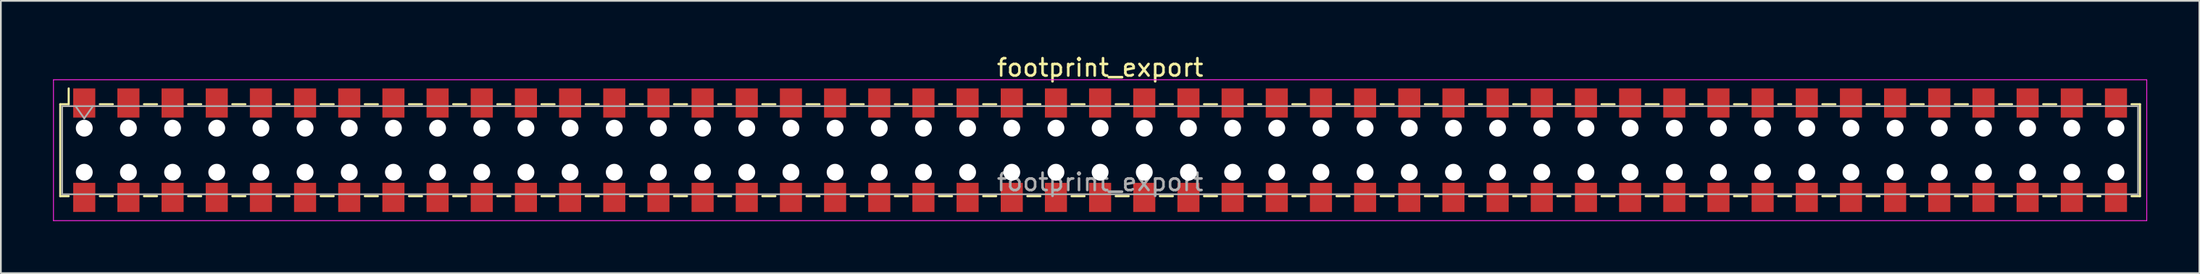
<source format=kicad_pcb>
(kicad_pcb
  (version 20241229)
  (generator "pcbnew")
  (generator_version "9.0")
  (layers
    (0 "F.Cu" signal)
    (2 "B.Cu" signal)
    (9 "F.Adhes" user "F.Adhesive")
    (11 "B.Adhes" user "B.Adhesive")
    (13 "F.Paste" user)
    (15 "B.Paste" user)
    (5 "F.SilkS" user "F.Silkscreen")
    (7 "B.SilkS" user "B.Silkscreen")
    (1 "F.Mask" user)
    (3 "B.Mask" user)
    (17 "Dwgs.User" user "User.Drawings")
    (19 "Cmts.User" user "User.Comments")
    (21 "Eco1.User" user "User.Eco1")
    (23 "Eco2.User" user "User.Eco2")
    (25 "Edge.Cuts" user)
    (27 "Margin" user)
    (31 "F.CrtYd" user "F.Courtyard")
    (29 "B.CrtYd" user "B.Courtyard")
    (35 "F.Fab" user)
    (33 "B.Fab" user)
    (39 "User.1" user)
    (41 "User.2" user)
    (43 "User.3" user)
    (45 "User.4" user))
  (footprint "footprint_export"
    (layer "F.Cu")
    (at 60.215 5.608)
    (property "Reference" "footprint_export" (at 0 -4.76 0) (layer "F.SilkS") (effects (font (size 1 1) (thickness 0.15))))
    (attr smd)
    (fp_line (start -59.8 -2.65) (end -59.8 2.65) (stroke (width 0.12) (type solid)) (layer "F.SilkS"))
    (fp_line (start -59.8 2.65) (end -59.315 2.65) (stroke (width 0.12) (type solid)) (layer "F.SilkS"))
    (fp_line (start -59.315 -3.56) (end -59.315 -2.65) (stroke (width 0.12) (type solid)) (layer "F.SilkS"))
    (fp_line (start -59.315 -2.65) (end -59.8 -2.65) (stroke (width 0.12) (type solid)) (layer "F.SilkS"))
    (fp_line (start -57.525 -2.65) (end -56.775 -2.65) (stroke (width 0.12) (type solid)) (layer "F.SilkS"))
    (fp_line (start -57.525 2.65) (end -56.775 2.65) (stroke (width 0.12) (type solid)) (layer "F.SilkS"))
    (fp_line (start -54.985 -2.65) (end -54.235 -2.65) (stroke (width 0.12) (type solid)) (layer "F.SilkS"))
    (fp_line (start -54.985 2.65) (end -54.235 2.65) (stroke (width 0.12) (type solid)) (layer "F.SilkS"))
    (fp_line (start -52.445 -2.65) (end -51.695 -2.65) (stroke (width 0.12) (type solid)) (layer "F.SilkS"))
    (fp_line (start -52.445 2.65) (end -51.695 2.65) (stroke (width 0.12) (type solid)) (layer "F.SilkS"))
    (fp_line (start -49.905 -2.65) (end -49.155 -2.65) (stroke (width 0.12) (type solid)) (layer "F.SilkS"))
    (fp_line (start -49.905 2.65) (end -49.155 2.65) (stroke (width 0.12) (type solid)) (layer "F.SilkS"))
    (fp_line (start -47.365 -2.65) (end -46.615 -2.65) (stroke (width 0.12) (type solid)) (layer "F.SilkS"))
    (fp_line (start -47.365 2.65) (end -46.615 2.65) (stroke (width 0.12) (type solid)) (layer "F.SilkS"))
    (fp_line (start -44.825 -2.65) (end -44.075 -2.65) (stroke (width 0.12) (type solid)) (layer "F.SilkS"))
    (fp_line (start -44.825 2.65) (end -44.075 2.65) (stroke (width 0.12) (type solid)) (layer "F.SilkS"))
    (fp_line (start -42.285 -2.65) (end -41.535 -2.65) (stroke (width 0.12) (type solid)) (layer "F.SilkS"))
    (fp_line (start -42.285 2.65) (end -41.535 2.65) (stroke (width 0.12) (type solid)) (layer "F.SilkS"))
    (fp_line (start -39.745 -2.65) (end -38.995 -2.65) (stroke (width 0.12) (type solid)) (layer "F.SilkS"))
    (fp_line (start -39.745 2.65) (end -38.995 2.65) (stroke (width 0.12) (type solid)) (layer "F.SilkS"))
    (fp_line (start -37.205 -2.65) (end -36.455 -2.65) (stroke (width 0.12) (type solid)) (layer "F.SilkS"))
    (fp_line (start -37.205 2.65) (end -36.455 2.65) (stroke (width 0.12) (type solid)) (layer "F.SilkS"))
    (fp_line (start -34.665 -2.65) (end -33.915 -2.65) (stroke (width 0.12) (type solid)) (layer "F.SilkS"))
    (fp_line (start -34.665 2.65) (end -33.915 2.65) (stroke (width 0.12) (type solid)) (layer "F.SilkS"))
    (fp_line (start -32.125 -2.65) (end -31.375 -2.65) (stroke (width 0.12) (type solid)) (layer "F.SilkS"))
    (fp_line (start -32.125 2.65) (end -31.375 2.65) (stroke (width 0.12) (type solid)) (layer "F.SilkS"))
    (fp_line (start -29.585 -2.65) (end -28.835 -2.65) (stroke (width 0.12) (type solid)) (layer "F.SilkS"))
    (fp_line (start -29.585 2.65) (end -28.835 2.65) (stroke (width 0.12) (type solid)) (layer "F.SilkS"))
    (fp_line (start -27.045 -2.65) (end -26.295 -2.65) (stroke (width 0.12) (type solid)) (layer "F.SilkS"))
    (fp_line (start -27.045 2.65) (end -26.295 2.65) (stroke (width 0.12) (type solid)) (layer "F.SilkS"))
    (fp_line (start -24.505 -2.65) (end -23.755 -2.65) (stroke (width 0.12) (type solid)) (layer "F.SilkS"))
    (fp_line (start -24.505 2.65) (end -23.755 2.65) (stroke (width 0.12) (type solid)) (layer "F.SilkS"))
    (fp_line (start -21.965 -2.65) (end -21.215 -2.65) (stroke (width 0.12) (type solid)) (layer "F.SilkS"))
    (fp_line (start -21.965 2.65) (end -21.215 2.65) (stroke (width 0.12) (type solid)) (layer "F.SilkS"))
    (fp_line (start -19.425 -2.65) (end -18.675 -2.65) (stroke (width 0.12) (type solid)) (layer "F.SilkS"))
    (fp_line (start -19.425 2.65) (end -18.675 2.65) (stroke (width 0.12) (type solid)) (layer "F.SilkS"))
    (fp_line (start -16.885 -2.65) (end -16.135 -2.65) (stroke (width 0.12) (type solid)) (layer "F.SilkS"))
    (fp_line (start -16.885 2.65) (end -16.135 2.65) (stroke (width 0.12) (type solid)) (layer "F.SilkS"))
    (fp_line (start -14.345 -2.65) (end -13.595 -2.65) (stroke (width 0.12) (type solid)) (layer "F.SilkS"))
    (fp_line (start -14.345 2.65) (end -13.595 2.65) (stroke (width 0.12) (type solid)) (layer "F.SilkS"))
    (fp_line (start -11.805 -2.65) (end -11.055 -2.65) (stroke (width 0.12) (type solid)) (layer "F.SilkS"))
    (fp_line (start -11.805 2.65) (end -11.055 2.65) (stroke (width 0.12) (type solid)) (layer "F.SilkS"))
    (fp_line (start -9.265 -2.65) (end -8.515 -2.65) (stroke (width 0.12) (type solid)) (layer "F.SilkS"))
    (fp_line (start -9.265 2.65) (end -8.515 2.65) (stroke (width 0.12) (type solid)) (layer "F.SilkS"))
    (fp_line (start -6.725 -2.65) (end -5.975 -2.65) (stroke (width 0.12) (type solid)) (layer "F.SilkS"))
    (fp_line (start -6.725 2.65) (end -5.975 2.65) (stroke (width 0.12) (type solid)) (layer "F.SilkS"))
    (fp_line (start -4.185 -2.65) (end -3.435 -2.65) (stroke (width 0.12) (type solid)) (layer "F.SilkS"))
    (fp_line (start -4.185 2.65) (end -3.435 2.65) (stroke (width 0.12) (type solid)) (layer "F.SilkS"))
    (fp_line (start -1.645 -2.65) (end -0.895 -2.65) (stroke (width 0.12) (type solid)) (layer "F.SilkS"))
    (fp_line (start -1.645 2.65) (end -0.895 2.65) (stroke (width 0.12) (type solid)) (layer "F.SilkS"))
    (fp_line (start 0.895 -2.65) (end 1.645 -2.65) (stroke (width 0.12) (type solid)) (layer "F.SilkS"))
    (fp_line (start 0.895 2.65) (end 1.645 2.65) (stroke (width 0.12) (type solid)) (layer "F.SilkS"))
    (fp_line (start 3.435 -2.65) (end 4.185 -2.65) (stroke (width 0.12) (type solid)) (layer "F.SilkS"))
    (fp_line (start 3.435 2.65) (end 4.185 2.65) (stroke (width 0.12) (type solid)) (layer "F.SilkS"))
    (fp_line (start 5.975 -2.65) (end 6.725 -2.65) (stroke (width 0.12) (type solid)) (layer "F.SilkS"))
    (fp_line (start 5.975 2.65) (end 6.725 2.65) (stroke (width 0.12) (type solid)) (layer "F.SilkS"))
    (fp_line (start 8.515 -2.65) (end 9.265 -2.65) (stroke (width 0.12) (type solid)) (layer "F.SilkS"))
    (fp_line (start 8.515 2.65) (end 9.265 2.65) (stroke (width 0.12) (type solid)) (layer "F.SilkS"))
    (fp_line (start 11.055 -2.65) (end 11.805 -2.65) (stroke (width 0.12) (type solid)) (layer "F.SilkS"))
    (fp_line (start 11.055 2.65) (end 11.805 2.65) (stroke (width 0.12) (type solid)) (layer "F.SilkS"))
    (fp_line (start 13.595 -2.65) (end 14.345 -2.65) (stroke (width 0.12) (type solid)) (layer "F.SilkS"))
    (fp_line (start 13.595 2.65) (end 14.345 2.65) (stroke (width 0.12) (type solid)) (layer "F.SilkS"))
    (fp_line (start 16.135 -2.65) (end 16.885 -2.65) (stroke (width 0.12) (type solid)) (layer "F.SilkS"))
    (fp_line (start 16.135 2.65) (end 16.885 2.65) (stroke (width 0.12) (type solid)) (layer "F.SilkS"))
    (fp_line (start 18.675 -2.65) (end 19.425 -2.65) (stroke (width 0.12) (type solid)) (layer "F.SilkS"))
    (fp_line (start 18.675 2.65) (end 19.425 2.65) (stroke (width 0.12) (type solid)) (layer "F.SilkS"))
    (fp_line (start 21.215 -2.65) (end 21.965 -2.65) (stroke (width 0.12) (type solid)) (layer "F.SilkS"))
    (fp_line (start 21.215 2.65) (end 21.965 2.65) (stroke (width 0.12) (type solid)) (layer "F.SilkS"))
    (fp_line (start 23.755 -2.65) (end 24.505 -2.65) (stroke (width 0.12) (type solid)) (layer "F.SilkS"))
    (fp_line (start 23.755 2.65) (end 24.505 2.65) (stroke (width 0.12) (type solid)) (layer "F.SilkS"))
    (fp_line (start 26.295 -2.65) (end 27.045 -2.65) (stroke (width 0.12) (type solid)) (layer "F.SilkS"))
    (fp_line (start 26.295 2.65) (end 27.045 2.65) (stroke (width 0.12) (type solid)) (layer "F.SilkS"))
    (fp_line (start 28.835 -2.65) (end 29.585 -2.65) (stroke (width 0.12) (type solid)) (layer "F.SilkS"))
    (fp_line (start 28.835 2.65) (end 29.585 2.65) (stroke (width 0.12) (type solid)) (layer "F.SilkS"))
    (fp_line (start 31.375 -2.65) (end 32.125 -2.65) (stroke (width 0.12) (type solid)) (layer "F.SilkS"))
    (fp_line (start 31.375 2.65) (end 32.125 2.65) (stroke (width 0.12) (type solid)) (layer "F.SilkS"))
    (fp_line (start 33.915 -2.65) (end 34.665 -2.65) (stroke (width 0.12) (type solid)) (layer "F.SilkS"))
    (fp_line (start 33.915 2.65) (end 34.665 2.65) (stroke (width 0.12) (type solid)) (layer "F.SilkS"))
    (fp_line (start 36.455 -2.65) (end 37.205 -2.65) (stroke (width 0.12) (type solid)) (layer "F.SilkS"))
    (fp_line (start 36.455 2.65) (end 37.205 2.65) (stroke (width 0.12) (type solid)) (layer "F.SilkS"))
    (fp_line (start 38.995 -2.65) (end 39.745 -2.65) (stroke (width 0.12) (type solid)) (layer "F.SilkS"))
    (fp_line (start 38.995 2.65) (end 39.745 2.65) (stroke (width 0.12) (type solid)) (layer "F.SilkS"))
    (fp_line (start 41.535 -2.65) (end 42.285 -2.65) (stroke (width 0.12) (type solid)) (layer "F.SilkS"))
    (fp_line (start 41.535 2.65) (end 42.285 2.65) (stroke (width 0.12) (type solid)) (layer "F.SilkS"))
    (fp_line (start 44.075 -2.65) (end 44.825 -2.65) (stroke (width 0.12) (type solid)) (layer "F.SilkS"))
    (fp_line (start 44.075 2.65) (end 44.825 2.65) (stroke (width 0.12) (type solid)) (layer "F.SilkS"))
    (fp_line (start 46.615 -2.65) (end 47.365 -2.65) (stroke (width 0.12) (type solid)) (layer "F.SilkS"))
    (fp_line (start 46.615 2.65) (end 47.365 2.65) (stroke (width 0.12) (type solid)) (layer "F.SilkS"))
    (fp_line (start 49.155 -2.65) (end 49.905 -2.65) (stroke (width 0.12) (type solid)) (layer "F.SilkS"))
    (fp_line (start 49.155 2.65) (end 49.905 2.65) (stroke (width 0.12) (type solid)) (layer "F.SilkS"))
    (fp_line (start 51.695 -2.65) (end 52.445 -2.65) (stroke (width 0.12) (type solid)) (layer "F.SilkS"))
    (fp_line (start 51.695 2.65) (end 52.445 2.65) (stroke (width 0.12) (type solid)) (layer "F.SilkS"))
    (fp_line (start 54.235 -2.65) (end 54.985 -2.65) (stroke (width 0.12) (type solid)) (layer "F.SilkS"))
    (fp_line (start 54.235 2.65) (end 54.985 2.65) (stroke (width 0.12) (type solid)) (layer "F.SilkS"))
    (fp_line (start 56.775 -2.65) (end 57.525 -2.65) (stroke (width 0.12) (type solid)) (layer "F.SilkS"))
    (fp_line (start 56.775 2.65) (end 57.525 2.65) (stroke (width 0.12) (type solid)) (layer "F.SilkS"))
    (fp_line (start 59.315 -2.65) (end 59.8 -2.65) (stroke (width 0.12) (type solid)) (layer "F.SilkS"))
    (fp_line (start 59.8 -2.65) (end 59.8 2.65) (stroke (width 0.12) (type solid)) (layer "F.SilkS"))
    (fp_line (start 59.8 2.65) (end 59.315 2.65) (stroke (width 0.12) (type solid)) (layer "F.SilkS"))
    (fp_line (start -60.19 -4.06) (end 60.19 -4.06) (stroke (width 0.05) (type solid)) (layer "F.CrtYd"))
    (fp_line (start -60.19 4.06) (end -60.19 -4.06) (stroke (width 0.05) (type solid)) (layer "F.CrtYd"))
    (fp_line (start 60.19 -4.06) (end 60.19 4.06) (stroke (width 0.05) (type solid)) (layer "F.CrtYd"))
    (fp_line (start 60.19 4.06) (end -60.19 4.06) (stroke (width 0.05) (type solid)) (layer "F.CrtYd"))
    (fp_line (start -59.69 -2.54) (end 59.69 -2.54) (stroke (width 0.1) (type solid)) (layer "F.Fab"))
    (fp_line (start -59.69 2.54) (end -59.69 -2.54) (stroke (width 0.1) (type solid)) (layer "F.Fab"))
    (fp_line (start -58.92 -2.54) (end -58.42 -1.833) (stroke (width 0.1) (type solid)) (layer "F.Fab"))
    (fp_line (start -58.42 -1.833) (end -57.92 -2.54) (stroke (width 0.1) (type solid)) (layer "F.Fab"))
    (fp_line (start 59.69 -2.54) (end 59.69 2.54) (stroke (width 0.1) (type solid)) (layer "F.Fab"))
    (fp_line (start 59.69 2.54) (end -59.69 2.54) (stroke (width 0.1) (type solid)) (layer "F.Fab"))
    (fp_text user "${REFERENCE}" (at 0 1.84 0) (layer "F.Fab") (effects (font (size 1 1) (thickness 0.15))))
    (pad "" np_thru_hole circle (at -58.42 -1.27) (size 0.97 0.97) (drill 0.97) (layers "*.Cu" "*.Mask"))
    (pad "" np_thru_hole circle (at -58.42 1.27) (size 0.97 0.97) (drill 0.97) (layers "*.Cu" "*.Mask"))
    (pad "" np_thru_hole circle (at -55.88 -1.27) (size 0.97 0.97) (drill 0.97) (layers "*.Cu" "*.Mask"))
    (pad "" np_thru_hole circle (at -55.88 1.27) (size 0.97 0.97) (drill 0.97) (layers "*.Cu" "*.Mask"))
    (pad "" np_thru_hole circle (at -53.34 -1.27) (size 0.97 0.97) (drill 0.97) (layers "*.Cu" "*.Mask"))
    (pad "" np_thru_hole circle (at -53.34 1.27) (size 0.97 0.97) (drill 0.97) (layers "*.Cu" "*.Mask"))
    (pad "" np_thru_hole circle (at -50.8 -1.27) (size 0.97 0.97) (drill 0.97) (layers "*.Cu" "*.Mask"))
    (pad "" np_thru_hole circle (at -50.8 1.27) (size 0.97 0.97) (drill 0.97) (layers "*.Cu" "*.Mask"))
    (pad "" np_thru_hole circle (at -48.26 -1.27) (size 0.97 0.97) (drill 0.97) (layers "*.Cu" "*.Mask"))
    (pad "" np_thru_hole circle (at -48.26 1.27) (size 0.97 0.97) (drill 0.97) (layers "*.Cu" "*.Mask"))
    (pad "" np_thru_hole circle (at -45.72 -1.27) (size 0.97 0.97) (drill 0.97) (layers "*.Cu" "*.Mask"))
    (pad "" np_thru_hole circle (at -45.72 1.27) (size 0.97 0.97) (drill 0.97) (layers "*.Cu" "*.Mask"))
    (pad "" np_thru_hole circle (at -43.18 -1.27) (size 0.97 0.97) (drill 0.97) (layers "*.Cu" "*.Mask"))
    (pad "" np_thru_hole circle (at -43.18 1.27) (size 0.97 0.97) (drill 0.97) (layers "*.Cu" "*.Mask"))
    (pad "" np_thru_hole circle (at -40.64 -1.27) (size 0.97 0.97) (drill 0.97) (layers "*.Cu" "*.Mask"))
    (pad "" np_thru_hole circle (at -40.64 1.27) (size 0.97 0.97) (drill 0.97) (layers "*.Cu" "*.Mask"))
    (pad "" np_thru_hole circle (at -38.1 -1.27) (size 0.97 0.97) (drill 0.97) (layers "*.Cu" "*.Mask"))
    (pad "" np_thru_hole circle (at -38.1 1.27) (size 0.97 0.97) (drill 0.97) (layers "*.Cu" "*.Mask"))
    (pad "" np_thru_hole circle (at -35.56 -1.27) (size 0.97 0.97) (drill 0.97) (layers "*.Cu" "*.Mask"))
    (pad "" np_thru_hole circle (at -35.56 1.27) (size 0.97 0.97) (drill 0.97) (layers "*.Cu" "*.Mask"))
    (pad "" np_thru_hole circle (at -33.02 -1.27) (size 0.97 0.97) (drill 0.97) (layers "*.Cu" "*.Mask"))
    (pad "" np_thru_hole circle (at -33.02 1.27) (size 0.97 0.97) (drill 0.97) (layers "*.Cu" "*.Mask"))
    (pad "" np_thru_hole circle (at -30.48 -1.27) (size 0.97 0.97) (drill 0.97) (layers "*.Cu" "*.Mask"))
    (pad "" np_thru_hole circle (at -30.48 1.27) (size 0.97 0.97) (drill 0.97) (layers "*.Cu" "*.Mask"))
    (pad "" np_thru_hole circle (at -27.94 -1.27) (size 0.97 0.97) (drill 0.97) (layers "*.Cu" "*.Mask"))
    (pad "" np_thru_hole circle (at -27.94 1.27) (size 0.97 0.97) (drill 0.97) (layers "*.Cu" "*.Mask"))
    (pad "" np_thru_hole circle (at -25.4 -1.27) (size 0.97 0.97) (drill 0.97) (layers "*.Cu" "*.Mask"))
    (pad "" np_thru_hole circle (at -25.4 1.27) (size 0.97 0.97) (drill 0.97) (layers "*.Cu" "*.Mask"))
    (pad "" np_thru_hole circle (at -22.86 -1.27) (size 0.97 0.97) (drill 0.97) (layers "*.Cu" "*.Mask"))
    (pad "" np_thru_hole circle (at -22.86 1.27) (size 0.97 0.97) (drill 0.97) (layers "*.Cu" "*.Mask"))
    (pad "" np_thru_hole circle (at -20.32 -1.27) (size 0.97 0.97) (drill 0.97) (layers "*.Cu" "*.Mask"))
    (pad "" np_thru_hole circle (at -20.32 1.27) (size 0.97 0.97) (drill 0.97) (layers "*.Cu" "*.Mask"))
    (pad "" np_thru_hole circle (at -17.78 -1.27) (size 0.97 0.97) (drill 0.97) (layers "*.Cu" "*.Mask"))
    (pad "" np_thru_hole circle (at -17.78 1.27) (size 0.97 0.97) (drill 0.97) (layers "*.Cu" "*.Mask"))
    (pad "" np_thru_hole circle (at -15.24 -1.27) (size 0.97 0.97) (drill 0.97) (layers "*.Cu" "*.Mask"))
    (pad "" np_thru_hole circle (at -15.24 1.27) (size 0.97 0.97) (drill 0.97) (layers "*.Cu" "*.Mask"))
    (pad "" np_thru_hole circle (at -12.7 -1.27) (size 0.97 0.97) (drill 0.97) (layers "*.Cu" "*.Mask"))
    (pad "" np_thru_hole circle (at -12.7 1.27) (size 0.97 0.97) (drill 0.97) (layers "*.Cu" "*.Mask"))
    (pad "" np_thru_hole circle (at -10.16 -1.27) (size 0.97 0.97) (drill 0.97) (layers "*.Cu" "*.Mask"))
    (pad "" np_thru_hole circle (at -10.16 1.27) (size 0.97 0.97) (drill 0.97) (layers "*.Cu" "*.Mask"))
    (pad "" np_thru_hole circle (at -7.62 -1.27) (size 0.97 0.97) (drill 0.97) (layers "*.Cu" "*.Mask"))
    (pad "" np_thru_hole circle (at -7.62 1.27) (size 0.97 0.97) (drill 0.97) (layers "*.Cu" "*.Mask"))
    (pad "" np_thru_hole circle (at -5.08 -1.27) (size 0.97 0.97) (drill 0.97) (layers "*.Cu" "*.Mask"))
    (pad "" np_thru_hole circle (at -5.08 1.27) (size 0.97 0.97) (drill 0.97) (layers "*.Cu" "*.Mask"))
    (pad "" np_thru_hole circle (at -2.54 -1.27) (size 0.97 0.97) (drill 0.97) (layers "*.Cu" "*.Mask"))
    (pad "" np_thru_hole circle (at -2.54 1.27) (size 0.97 0.97) (drill 0.97) (layers "*.Cu" "*.Mask"))
    (pad "" np_thru_hole circle (at 0 -1.27) (size 0.97 0.97) (drill 0.97) (layers "*.Cu" "*.Mask"))
    (pad "" np_thru_hole circle (at 0 1.27) (size 0.97 0.97) (drill 0.97) (layers "*.Cu" "*.Mask"))
    (pad "" np_thru_hole circle (at 2.54 -1.27) (size 0.97 0.97) (drill 0.97) (layers "*.Cu" "*.Mask"))
    (pad "" np_thru_hole circle (at 2.54 1.27) (size 0.97 0.97) (drill 0.97) (layers "*.Cu" "*.Mask"))
    (pad "" np_thru_hole circle (at 5.08 -1.27) (size 0.97 0.97) (drill 0.97) (layers "*.Cu" "*.Mask"))
    (pad "" np_thru_hole circle (at 5.08 1.27) (size 0.97 0.97) (drill 0.97) (layers "*.Cu" "*.Mask"))
    (pad "" np_thru_hole circle (at 7.62 -1.27) (size 0.97 0.97) (drill 0.97) (layers "*.Cu" "*.Mask"))
    (pad "" np_thru_hole circle (at 7.62 1.27) (size 0.97 0.97) (drill 0.97) (layers "*.Cu" "*.Mask"))
    (pad "" np_thru_hole circle (at 10.16 -1.27) (size 0.97 0.97) (drill 0.97) (layers "*.Cu" "*.Mask"))
    (pad "" np_thru_hole circle (at 10.16 1.27) (size 0.97 0.97) (drill 0.97) (layers "*.Cu" "*.Mask"))
    (pad "" np_thru_hole circle (at 12.7 -1.27) (size 0.97 0.97) (drill 0.97) (layers "*.Cu" "*.Mask"))
    (pad "" np_thru_hole circle (at 12.7 1.27) (size 0.97 0.97) (drill 0.97) (layers "*.Cu" "*.Mask"))
    (pad "" np_thru_hole circle (at 15.24 -1.27) (size 0.97 0.97) (drill 0.97) (layers "*.Cu" "*.Mask"))
    (pad "" np_thru_hole circle (at 15.24 1.27) (size 0.97 0.97) (drill 0.97) (layers "*.Cu" "*.Mask"))
    (pad "" np_thru_hole circle (at 17.78 -1.27) (size 0.97 0.97) (drill 0.97) (layers "*.Cu" "*.Mask"))
    (pad "" np_thru_hole circle (at 17.78 1.27) (size 0.97 0.97) (drill 0.97) (layers "*.Cu" "*.Mask"))
    (pad "" np_thru_hole circle (at 20.32 -1.27) (size 0.97 0.97) (drill 0.97) (layers "*.Cu" "*.Mask"))
    (pad "" np_thru_hole circle (at 20.32 1.27) (size 0.97 0.97) (drill 0.97) (layers "*.Cu" "*.Mask"))
    (pad "" np_thru_hole circle (at 22.86 -1.27) (size 0.97 0.97) (drill 0.97) (layers "*.Cu" "*.Mask"))
    (pad "" np_thru_hole circle (at 22.86 1.27) (size 0.97 0.97) (drill 0.97) (layers "*.Cu" "*.Mask"))
    (pad "" np_thru_hole circle (at 25.4 -1.27) (size 0.97 0.97) (drill 0.97) (layers "*.Cu" "*.Mask"))
    (pad "" np_thru_hole circle (at 25.4 1.27) (size 0.97 0.97) (drill 0.97) (layers "*.Cu" "*.Mask"))
    (pad "" np_thru_hole circle (at 27.94 -1.27) (size 0.97 0.97) (drill 0.97) (layers "*.Cu" "*.Mask"))
    (pad "" np_thru_hole circle (at 27.94 1.27) (size 0.97 0.97) (drill 0.97) (layers "*.Cu" "*.Mask"))
    (pad "" np_thru_hole circle (at 30.48 -1.27) (size 0.97 0.97) (drill 0.97) (layers "*.Cu" "*.Mask"))
    (pad "" np_thru_hole circle (at 30.48 1.27) (size 0.97 0.97) (drill 0.97) (layers "*.Cu" "*.Mask"))
    (pad "" np_thru_hole circle (at 33.02 -1.27) (size 0.97 0.97) (drill 0.97) (layers "*.Cu" "*.Mask"))
    (pad "" np_thru_hole circle (at 33.02 1.27) (size 0.97 0.97) (drill 0.97) (layers "*.Cu" "*.Mask"))
    (pad "" np_thru_hole circle (at 35.56 -1.27) (size 0.97 0.97) (drill 0.97) (layers "*.Cu" "*.Mask"))
    (pad "" np_thru_hole circle (at 35.56 1.27) (size 0.97 0.97) (drill 0.97) (layers "*.Cu" "*.Mask"))
    (pad "" np_thru_hole circle (at 38.1 -1.27) (size 0.97 0.97) (drill 0.97) (layers "*.Cu" "*.Mask"))
    (pad "" np_thru_hole circle (at 38.1 1.27) (size 0.97 0.97) (drill 0.97) (layers "*.Cu" "*.Mask"))
    (pad "" np_thru_hole circle (at 40.64 -1.27) (size 0.97 0.97) (drill 0.97) (layers "*.Cu" "*.Mask"))
    (pad "" np_thru_hole circle (at 40.64 1.27) (size 0.97 0.97) (drill 0.97) (layers "*.Cu" "*.Mask"))
    (pad "" np_thru_hole circle (at 43.18 -1.27) (size 0.97 0.97) (drill 0.97) (layers "*.Cu" "*.Mask"))
    (pad "" np_thru_hole circle (at 43.18 1.27) (size 0.97 0.97) (drill 0.97) (layers "*.Cu" "*.Mask"))
    (pad "" np_thru_hole circle (at 45.72 -1.27) (size 0.97 0.97) (drill 0.97) (layers "*.Cu" "*.Mask"))
    (pad "" np_thru_hole circle (at 45.72 1.27) (size 0.97 0.97) (drill 0.97) (layers "*.Cu" "*.Mask"))
    (pad "" np_thru_hole circle (at 48.26 -1.27) (size 0.97 0.97) (drill 0.97) (layers "*.Cu" "*.Mask"))
    (pad "" np_thru_hole circle (at 48.26 1.27) (size 0.97 0.97) (drill 0.97) (layers "*.Cu" "*.Mask"))
    (pad "" np_thru_hole circle (at 50.8 -1.27) (size 0.97 0.97) (drill 0.97) (layers "*.Cu" "*.Mask"))
    (pad "" np_thru_hole circle (at 50.8 1.27) (size 0.97 0.97) (drill 0.97) (layers "*.Cu" "*.Mask"))
    (pad "" np_thru_hole circle (at 53.34 -1.27) (size 0.97 0.97) (drill 0.97) (layers "*.Cu" "*.Mask"))
    (pad "" np_thru_hole circle (at 53.34 1.27) (size 0.97 0.97) (drill 0.97) (layers "*.Cu" "*.Mask"))
    (pad "" np_thru_hole circle (at 55.88 -1.27) (size 0.97 0.97) (drill 0.97) (layers "*.Cu" "*.Mask"))
    (pad "" np_thru_hole circle (at 55.88 1.27) (size 0.97 0.97) (drill 0.97) (layers "*.Cu" "*.Mask"))
    (pad "" np_thru_hole circle (at 58.42 -1.27) (size 0.97 0.97) (drill 0.97) (layers "*.Cu" "*.Mask"))
    (pad "" np_thru_hole circle (at 58.42 1.27) (size 0.97 0.97) (drill 0.97) (layers "*.Cu" "*.Mask"))
    (pad "1" smd rect (at -58.42 -2.72) (size 1.27 1.68) (layers "F.Cu" "F.Mask" "F.Paste"))
    (pad "2" smd rect (at -58.42 2.72) (size 1.27 1.68) (layers "F.Cu" "F.Mask" "F.Paste"))
    (pad "3" smd rect (at -55.88 -2.72) (size 1.27 1.68) (layers "F.Cu" "F.Mask" "F.Paste"))
    (pad "4" smd rect (at -55.88 2.72) (size 1.27 1.68) (layers "F.Cu" "F.Mask" "F.Paste"))
    (pad "5" smd rect (at -53.34 -2.72) (size 1.27 1.68) (layers "F.Cu" "F.Mask" "F.Paste"))
    (pad "6" smd rect (at -53.34 2.72) (size 1.27 1.68) (layers "F.Cu" "F.Mask" "F.Paste"))
    (pad "7" smd rect (at -50.8 -2.72) (size 1.27 1.68) (layers "F.Cu" "F.Mask" "F.Paste"))
    (pad "8" smd rect (at -50.8 2.72) (size 1.27 1.68) (layers "F.Cu" "F.Mask" "F.Paste"))
    (pad "9" smd rect (at -48.26 -2.72) (size 1.27 1.68) (layers "F.Cu" "F.Mask" "F.Paste"))
    (pad "10" smd rect (at -48.26 2.72) (size 1.27 1.68) (layers "F.Cu" "F.Mask" "F.Paste"))
    (pad "11" smd rect (at -45.72 -2.72) (size 1.27 1.68) (layers "F.Cu" "F.Mask" "F.Paste"))
    (pad "12" smd rect (at -45.72 2.72) (size 1.27 1.68) (layers "F.Cu" "F.Mask" "F.Paste"))
    (pad "13" smd rect (at -43.18 -2.72) (size 1.27 1.68) (layers "F.Cu" "F.Mask" "F.Paste"))
    (pad "14" smd rect (at -43.18 2.72) (size 1.27 1.68) (layers "F.Cu" "F.Mask" "F.Paste"))
    (pad "15" smd rect (at -40.64 -2.72) (size 1.27 1.68) (layers "F.Cu" "F.Mask" "F.Paste"))
    (pad "16" smd rect (at -40.64 2.72) (size 1.27 1.68) (layers "F.Cu" "F.Mask" "F.Paste"))
    (pad "17" smd rect (at -38.1 -2.72) (size 1.27 1.68) (layers "F.Cu" "F.Mask" "F.Paste"))
    (pad "18" smd rect (at -38.1 2.72) (size 1.27 1.68) (layers "F.Cu" "F.Mask" "F.Paste"))
    (pad "19" smd rect (at -35.56 -2.72) (size 1.27 1.68) (layers "F.Cu" "F.Mask" "F.Paste"))
    (pad "20" smd rect (at -35.56 2.72) (size 1.27 1.68) (layers "F.Cu" "F.Mask" "F.Paste"))
    (pad "21" smd rect (at -33.02 -2.72) (size 1.27 1.68) (layers "F.Cu" "F.Mask" "F.Paste"))
    (pad "22" smd rect (at -33.02 2.72) (size 1.27 1.68) (layers "F.Cu" "F.Mask" "F.Paste"))
    (pad "23" smd rect (at -30.48 -2.72) (size 1.27 1.68) (layers "F.Cu" "F.Mask" "F.Paste"))
    (pad "24" smd rect (at -30.48 2.72) (size 1.27 1.68) (layers "F.Cu" "F.Mask" "F.Paste"))
    (pad "25" smd rect (at -27.94 -2.72) (size 1.27 1.68) (layers "F.Cu" "F.Mask" "F.Paste"))
    (pad "26" smd rect (at -27.94 2.72) (size 1.27 1.68) (layers "F.Cu" "F.Mask" "F.Paste"))
    (pad "27" smd rect (at -25.4 -2.72) (size 1.27 1.68) (layers "F.Cu" "F.Mask" "F.Paste"))
    (pad "28" smd rect (at -25.4 2.72) (size 1.27 1.68) (layers "F.Cu" "F.Mask" "F.Paste"))
    (pad "29" smd rect (at -22.86 -2.72) (size 1.27 1.68) (layers "F.Cu" "F.Mask" "F.Paste"))
    (pad "30" smd rect (at -22.86 2.72) (size 1.27 1.68) (layers "F.Cu" "F.Mask" "F.Paste"))
    (pad "31" smd rect (at -20.32 -2.72) (size 1.27 1.68) (layers "F.Cu" "F.Mask" "F.Paste"))
    (pad "32" smd rect (at -20.32 2.72) (size 1.27 1.68) (layers "F.Cu" "F.Mask" "F.Paste"))
    (pad "33" smd rect (at -17.78 -2.72) (size 1.27 1.68) (layers "F.Cu" "F.Mask" "F.Paste"))
    (pad "34" smd rect (at -17.78 2.72) (size 1.27 1.68) (layers "F.Cu" "F.Mask" "F.Paste"))
    (pad "35" smd rect (at -15.24 -2.72) (size 1.27 1.68) (layers "F.Cu" "F.Mask" "F.Paste"))
    (pad "36" smd rect (at -15.24 2.72) (size 1.27 1.68) (layers "F.Cu" "F.Mask" "F.Paste"))
    (pad "37" smd rect (at -12.7 -2.72) (size 1.27 1.68) (layers "F.Cu" "F.Mask" "F.Paste"))
    (pad "38" smd rect (at -12.7 2.72) (size 1.27 1.68) (layers "F.Cu" "F.Mask" "F.Paste"))
    (pad "39" smd rect (at -10.16 -2.72) (size 1.27 1.68) (layers "F.Cu" "F.Mask" "F.Paste"))
    (pad "40" smd rect (at -10.16 2.72) (size 1.27 1.68) (layers "F.Cu" "F.Mask" "F.Paste"))
    (pad "41" smd rect (at -7.62 -2.72) (size 1.27 1.68) (layers "F.Cu" "F.Mask" "F.Paste"))
    (pad "42" smd rect (at -7.62 2.72) (size 1.27 1.68) (layers "F.Cu" "F.Mask" "F.Paste"))
    (pad "43" smd rect (at -5.08 -2.72) (size 1.27 1.68) (layers "F.Cu" "F.Mask" "F.Paste"))
    (pad "44" smd rect (at -5.08 2.72) (size 1.27 1.68) (layers "F.Cu" "F.Mask" "F.Paste"))
    (pad "45" smd rect (at -2.54 -2.72) (size 1.27 1.68) (layers "F.Cu" "F.Mask" "F.Paste"))
    (pad "46" smd rect (at -2.54 2.72) (size 1.27 1.68) (layers "F.Cu" "F.Mask" "F.Paste"))
    (pad "47" smd rect (at 0 -2.72) (size 1.27 1.68) (layers "F.Cu" "F.Mask" "F.Paste"))
    (pad "48" smd rect (at 0 2.72) (size 1.27 1.68) (layers "F.Cu" "F.Mask" "F.Paste"))
    (pad "49" smd rect (at 2.54 -2.72) (size 1.27 1.68) (layers "F.Cu" "F.Mask" "F.Paste"))
    (pad "50" smd rect (at 2.54 2.72) (size 1.27 1.68) (layers "F.Cu" "F.Mask" "F.Paste"))
    (pad "51" smd rect (at 5.08 -2.72) (size 1.27 1.68) (layers "F.Cu" "F.Mask" "F.Paste"))
    (pad "52" smd rect (at 5.08 2.72) (size 1.27 1.68) (layers "F.Cu" "F.Mask" "F.Paste"))
    (pad "53" smd rect (at 7.62 -2.72) (size 1.27 1.68) (layers "F.Cu" "F.Mask" "F.Paste"))
    (pad "54" smd rect (at 7.62 2.72) (size 1.27 1.68) (layers "F.Cu" "F.Mask" "F.Paste"))
    (pad "55" smd rect (at 10.16 -2.72) (size 1.27 1.68) (layers "F.Cu" "F.Mask" "F.Paste"))
    (pad "56" smd rect (at 10.16 2.72) (size 1.27 1.68) (layers "F.Cu" "F.Mask" "F.Paste"))
    (pad "57" smd rect (at 12.7 -2.72) (size 1.27 1.68) (layers "F.Cu" "F.Mask" "F.Paste"))
    (pad "58" smd rect (at 12.7 2.72) (size 1.27 1.68) (layers "F.Cu" "F.Mask" "F.Paste"))
    (pad "59" smd rect (at 15.24 -2.72) (size 1.27 1.68) (layers "F.Cu" "F.Mask" "F.Paste"))
    (pad "60" smd rect (at 15.24 2.72) (size 1.27 1.68) (layers "F.Cu" "F.Mask" "F.Paste"))
    (pad "61" smd rect (at 17.78 -2.72) (size 1.27 1.68) (layers "F.Cu" "F.Mask" "F.Paste"))
    (pad "62" smd rect (at 17.78 2.72) (size 1.27 1.68) (layers "F.Cu" "F.Mask" "F.Paste"))
    (pad "63" smd rect (at 20.32 -2.72) (size 1.27 1.68) (layers "F.Cu" "F.Mask" "F.Paste"))
    (pad "64" smd rect (at 20.32 2.72) (size 1.27 1.68) (layers "F.Cu" "F.Mask" "F.Paste"))
    (pad "65" smd rect (at 22.86 -2.72) (size 1.27 1.68) (layers "F.Cu" "F.Mask" "F.Paste"))
    (pad "66" smd rect (at 22.86 2.72) (size 1.27 1.68) (layers "F.Cu" "F.Mask" "F.Paste"))
    (pad "67" smd rect (at 25.4 -2.72) (size 1.27 1.68) (layers "F.Cu" "F.Mask" "F.Paste"))
    (pad "68" smd rect (at 25.4 2.72) (size 1.27 1.68) (layers "F.Cu" "F.Mask" "F.Paste"))
    (pad "69" smd rect (at 27.94 -2.72) (size 1.27 1.68) (layers "F.Cu" "F.Mask" "F.Paste"))
    (pad "70" smd rect (at 27.94 2.72) (size 1.27 1.68) (layers "F.Cu" "F.Mask" "F.Paste"))
    (pad "71" smd rect (at 30.48 -2.72) (size 1.27 1.68) (layers "F.Cu" "F.Mask" "F.Paste"))
    (pad "72" smd rect (at 30.48 2.72) (size 1.27 1.68) (layers "F.Cu" "F.Mask" "F.Paste"))
    (pad "73" smd rect (at 33.02 -2.72) (size 1.27 1.68) (layers "F.Cu" "F.Mask" "F.Paste"))
    (pad "74" smd rect (at 33.02 2.72) (size 1.27 1.68) (layers "F.Cu" "F.Mask" "F.Paste"))
    (pad "75" smd rect (at 35.56 -2.72) (size 1.27 1.68) (layers "F.Cu" "F.Mask" "F.Paste"))
    (pad "76" smd rect (at 35.56 2.72) (size 1.27 1.68) (layers "F.Cu" "F.Mask" "F.Paste"))
    (pad "77" smd rect (at 38.1 -2.72) (size 1.27 1.68) (layers "F.Cu" "F.Mask" "F.Paste"))
    (pad "78" smd rect (at 38.1 2.72) (size 1.27 1.68) (layers "F.Cu" "F.Mask" "F.Paste"))
    (pad "79" smd rect (at 40.64 -2.72) (size 1.27 1.68) (layers "F.Cu" "F.Mask" "F.Paste"))
    (pad "80" smd rect (at 40.64 2.72) (size 1.27 1.68) (layers "F.Cu" "F.Mask" "F.Paste"))
    (pad "81" smd rect (at 43.18 -2.72) (size 1.27 1.68) (layers "F.Cu" "F.Mask" "F.Paste"))
    (pad "82" smd rect (at 43.18 2.72) (size 1.27 1.68) (layers "F.Cu" "F.Mask" "F.Paste"))
    (pad "83" smd rect (at 45.72 -2.72) (size 1.27 1.68) (layers "F.Cu" "F.Mask" "F.Paste"))
    (pad "84" smd rect (at 45.72 2.72) (size 1.27 1.68) (layers "F.Cu" "F.Mask" "F.Paste"))
    (pad "85" smd rect (at 48.26 -2.72) (size 1.27 1.68) (layers "F.Cu" "F.Mask" "F.Paste"))
    (pad "86" smd rect (at 48.26 2.72) (size 1.27 1.68) (layers "F.Cu" "F.Mask" "F.Paste"))
    (pad "87" smd rect (at 50.8 -2.72) (size 1.27 1.68) (layers "F.Cu" "F.Mask" "F.Paste"))
    (pad "88" smd rect (at 50.8 2.72) (size 1.27 1.68) (layers "F.Cu" "F.Mask" "F.Paste"))
    (pad "89" smd rect (at 53.34 -2.72) (size 1.27 1.68) (layers "F.Cu" "F.Mask" "F.Paste"))
    (pad "90" smd rect (at 53.34 2.72) (size 1.27 1.68) (layers "F.Cu" "F.Mask" "F.Paste"))
    (pad "91" smd rect (at 55.88 -2.72) (size 1.27 1.68) (layers "F.Cu" "F.Mask" "F.Paste"))
    (pad "92" smd rect (at 55.88 2.72) (size 1.27 1.68) (layers "F.Cu" "F.Mask" "F.Paste"))
    (pad "93" smd rect (at 58.42 -2.72) (size 1.27 1.68) (layers "F.Cu" "F.Mask" "F.Paste"))
    (pad "94" smd rect (at 58.42 2.72) (size 1.27 1.68) (layers "F.Cu" "F.Mask" "F.Paste")))
  (gr_rect
    (start -3 -3)
    (end 123.43 12.693)
    (stroke (width 0.1) (type default))
    (fill no)
    (layer "Edge.Cuts")))
</source>
